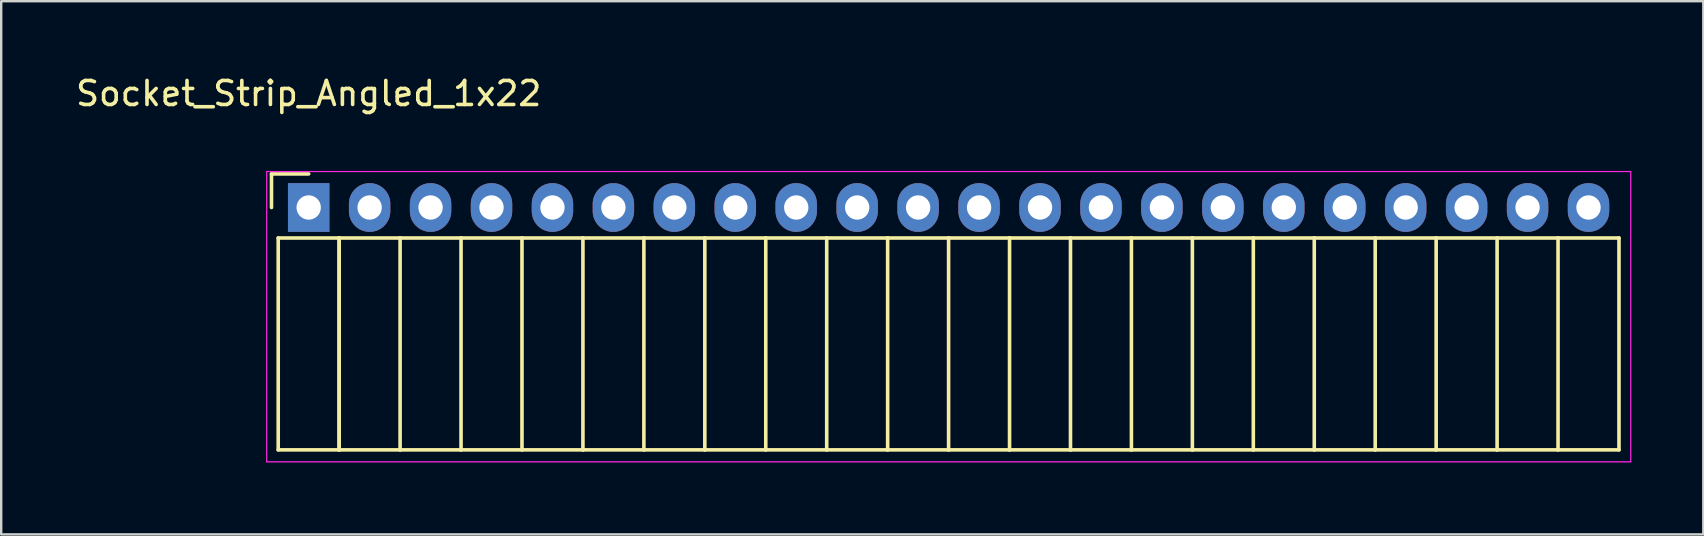
<source format=kicad_pcb>
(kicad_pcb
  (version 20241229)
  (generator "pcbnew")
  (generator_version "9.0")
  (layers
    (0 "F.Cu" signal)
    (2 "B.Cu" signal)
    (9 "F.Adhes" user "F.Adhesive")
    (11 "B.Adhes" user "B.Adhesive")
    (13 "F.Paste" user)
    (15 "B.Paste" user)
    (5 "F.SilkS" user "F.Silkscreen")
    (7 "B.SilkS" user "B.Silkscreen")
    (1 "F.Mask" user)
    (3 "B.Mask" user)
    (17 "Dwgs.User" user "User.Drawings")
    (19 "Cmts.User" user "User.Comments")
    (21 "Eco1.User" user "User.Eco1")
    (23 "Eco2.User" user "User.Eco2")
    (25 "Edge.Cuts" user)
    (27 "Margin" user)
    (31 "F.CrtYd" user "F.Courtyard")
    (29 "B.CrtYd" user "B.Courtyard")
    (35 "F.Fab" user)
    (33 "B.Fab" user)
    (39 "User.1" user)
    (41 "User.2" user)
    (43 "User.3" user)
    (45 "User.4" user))
  (footprint "Socket_Strip_Angled_1x22"
    (layer "F.Cu")
    (at 9.815 5.598)
    (property "Reference" "Socket_Strip_Angled_1x22" (at 0 -4.75 0) (layer "F.SilkS") (effects (font (size 1 1) (thickness 0.15))))
    (attr through_hole)
    (fp_line (start -1.55 -1.4) (end -1.55 0) (stroke (width 0.15) (type solid)) (layer "F.SilkS"))
    (fp_line (start -1.27 1.27) (end -1.27 10.1) (stroke (width 0.15) (type solid)) (layer "F.SilkS"))
    (fp_line (start -1.27 1.27) (end 1.27 1.27) (stroke (width 0.15) (type solid)) (layer "F.SilkS"))
    (fp_line (start -1.27 10.1) (end 1.27 10.1) (stroke (width 0.15) (type solid)) (layer "F.SilkS"))
    (fp_line (start 0 -1.4) (end -1.55 -1.4) (stroke (width 0.15) (type solid)) (layer "F.SilkS"))
    (fp_line (start 1.27 1.27) (end 1.27 10.1) (stroke (width 0.15) (type solid)) (layer "F.SilkS"))
    (fp_line (start 1.27 1.27) (end 3.81 1.27) (stroke (width 0.15) (type solid)) (layer "F.SilkS"))
    (fp_line (start 1.27 10.1) (end 1.27 1.27) (stroke (width 0.15) (type solid)) (layer "F.SilkS"))
    (fp_line (start 1.27 10.1) (end 3.81 10.1) (stroke (width 0.15) (type solid)) (layer "F.SilkS"))
    (fp_line (start 3.81 1.27) (end 6.35 1.27) (stroke (width 0.15) (type solid)) (layer "F.SilkS"))
    (fp_line (start 3.81 10.1) (end 3.81 1.27) (stroke (width 0.15) (type solid)) (layer "F.SilkS"))
    (fp_line (start 3.81 10.1) (end 6.35 10.1) (stroke (width 0.15) (type solid)) (layer "F.SilkS"))
    (fp_line (start 6.35 1.27) (end 8.89 1.27) (stroke (width 0.15) (type solid)) (layer "F.SilkS"))
    (fp_line (start 6.35 10.1) (end 6.35 1.27) (stroke (width 0.15) (type solid)) (layer "F.SilkS"))
    (fp_line (start 6.35 10.1) (end 8.89 10.1) (stroke (width 0.15) (type solid)) (layer "F.SilkS"))
    (fp_line (start 8.89 1.27) (end 11.43 1.27) (stroke (width 0.15) (type solid)) (layer "F.SilkS"))
    (fp_line (start 8.89 10.1) (end 8.89 1.27) (stroke (width 0.15) (type solid)) (layer "F.SilkS"))
    (fp_line (start 8.89 10.1) (end 11.43 10.1) (stroke (width 0.15) (type solid)) (layer "F.SilkS"))
    (fp_line (start 11.43 1.27) (end 13.97 1.27) (stroke (width 0.15) (type solid)) (layer "F.SilkS"))
    (fp_line (start 11.43 10.1) (end 11.43 1.27) (stroke (width 0.15) (type solid)) (layer "F.SilkS"))
    (fp_line (start 11.43 10.1) (end 13.97 10.1) (stroke (width 0.15) (type solid)) (layer "F.SilkS"))
    (fp_line (start 13.97 1.27) (end 16.51 1.27) (stroke (width 0.15) (type solid)) (layer "F.SilkS"))
    (fp_line (start 13.97 10.1) (end 13.97 1.27) (stroke (width 0.15) (type solid)) (layer "F.SilkS"))
    (fp_line (start 13.97 10.1) (end 16.51 10.1) (stroke (width 0.15) (type solid)) (layer "F.SilkS"))
    (fp_line (start 16.51 1.27) (end 19.05 1.27) (stroke (width 0.15) (type solid)) (layer "F.SilkS"))
    (fp_line (start 16.51 10.1) (end 16.51 1.27) (stroke (width 0.15) (type solid)) (layer "F.SilkS"))
    (fp_line (start 16.51 10.1) (end 19.05 10.1) (stroke (width 0.15) (type solid)) (layer "F.SilkS"))
    (fp_line (start 19.05 1.27) (end 21.59 1.27) (stroke (width 0.15) (type solid)) (layer "F.SilkS"))
    (fp_line (start 19.05 10.1) (end 19.05 1.27) (stroke (width 0.15) (type solid)) (layer "F.SilkS"))
    (fp_line (start 19.05 10.1) (end 21.59 10.1) (stroke (width 0.15) (type solid)) (layer "F.SilkS"))
    (fp_line (start 21.59 1.27) (end 24.13 1.27) (stroke (width 0.15) (type solid)) (layer "F.SilkS"))
    (fp_line (start 21.59 10.1) (end 21.59 1.27) (stroke (width 0.15) (type solid)) (layer "F.SilkS"))
    (fp_line (start 21.59 10.1) (end 24.13 10.1) (stroke (width 0.15) (type solid)) (layer "F.SilkS"))
    (fp_line (start 24.13 1.27) (end 26.67 1.27) (stroke (width 0.15) (type solid)) (layer "F.SilkS"))
    (fp_line (start 24.13 10.1) (end 24.13 1.27) (stroke (width 0.15) (type solid)) (layer "F.SilkS"))
    (fp_line (start 24.13 10.1) (end 26.67 10.1) (stroke (width 0.15) (type solid)) (layer "F.SilkS"))
    (fp_line (start 26.67 1.27) (end 29.21 1.27) (stroke (width 0.15) (type solid)) (layer "F.SilkS"))
    (fp_line (start 26.67 10.1) (end 26.67 1.27) (stroke (width 0.15) (type solid)) (layer "F.SilkS"))
    (fp_line (start 26.67 10.1) (end 29.21 10.1) (stroke (width 0.15) (type solid)) (layer "F.SilkS"))
    (fp_line (start 29.21 1.27) (end 31.75 1.27) (stroke (width 0.15) (type solid)) (layer "F.SilkS"))
    (fp_line (start 29.21 10.1) (end 29.21 1.27) (stroke (width 0.15) (type solid)) (layer "F.SilkS"))
    (fp_line (start 29.21 10.1) (end 31.75 10.1) (stroke (width 0.15) (type solid)) (layer "F.SilkS"))
    (fp_line (start 31.75 1.27) (end 34.29 1.27) (stroke (width 0.15) (type solid)) (layer "F.SilkS"))
    (fp_line (start 31.75 10.1) (end 31.75 1.27) (stroke (width 0.15) (type solid)) (layer "F.SilkS"))
    (fp_line (start 31.75 10.1) (end 34.29 10.1) (stroke (width 0.15) (type solid)) (layer "F.SilkS"))
    (fp_line (start 34.29 1.27) (end 36.83 1.27) (stroke (width 0.15) (type solid)) (layer "F.SilkS"))
    (fp_line (start 34.29 10.1) (end 34.29 1.27) (stroke (width 0.15) (type solid)) (layer "F.SilkS"))
    (fp_line (start 34.29 10.1) (end 36.83 10.1) (stroke (width 0.15) (type solid)) (layer "F.SilkS"))
    (fp_line (start 36.83 1.27) (end 39.37 1.27) (stroke (width 0.15) (type solid)) (layer "F.SilkS"))
    (fp_line (start 36.83 10.1) (end 36.83 1.27) (stroke (width 0.15) (type solid)) (layer "F.SilkS"))
    (fp_line (start 36.83 10.1) (end 39.37 10.1) (stroke (width 0.15) (type solid)) (layer "F.SilkS"))
    (fp_line (start 39.37 1.27) (end 41.91 1.27) (stroke (width 0.15) (type solid)) (layer "F.SilkS"))
    (fp_line (start 39.37 10.1) (end 39.37 1.27) (stroke (width 0.15) (type solid)) (layer "F.SilkS"))
    (fp_line (start 39.37 10.1) (end 41.91 10.1) (stroke (width 0.15) (type solid)) (layer "F.SilkS"))
    (fp_line (start 41.91 1.27) (end 44.45 1.27) (stroke (width 0.15) (type solid)) (layer "F.SilkS"))
    (fp_line (start 41.91 10.1) (end 41.91 1.27) (stroke (width 0.15) (type solid)) (layer "F.SilkS"))
    (fp_line (start 41.91 10.1) (end 44.45 10.1) (stroke (width 0.15) (type solid)) (layer "F.SilkS"))
    (fp_line (start 44.45 1.27) (end 46.99 1.27) (stroke (width 0.15) (type solid)) (layer "F.SilkS"))
    (fp_line (start 44.45 10.1) (end 44.45 1.27) (stroke (width 0.15) (type solid)) (layer "F.SilkS"))
    (fp_line (start 44.45 10.1) (end 46.99 10.1) (stroke (width 0.15) (type solid)) (layer "F.SilkS"))
    (fp_line (start 46.99 1.27) (end 49.53 1.27) (stroke (width 0.15) (type solid)) (layer "F.SilkS"))
    (fp_line (start 46.99 10.1) (end 46.99 1.27) (stroke (width 0.15) (type solid)) (layer "F.SilkS"))
    (fp_line (start 46.99 10.1) (end 49.53 10.1) (stroke (width 0.15) (type solid)) (layer "F.SilkS"))
    (fp_line (start 49.53 1.27) (end 52.07 1.27) (stroke (width 0.15) (type solid)) (layer "F.SilkS"))
    (fp_line (start 49.53 10.1) (end 49.53 1.27) (stroke (width 0.15) (type solid)) (layer "F.SilkS"))
    (fp_line (start 49.53 10.1) (end 52.07 10.1) (stroke (width 0.15) (type solid)) (layer "F.SilkS"))
    (fp_line (start 52.07 1.27) (end 54.61 1.27) (stroke (width 0.15) (type solid)) (layer "F.SilkS"))
    (fp_line (start 52.07 10.1) (end 52.07 1.27) (stroke (width 0.15) (type solid)) (layer "F.SilkS"))
    (fp_line (start 52.07 10.1) (end 54.61 10.1) (stroke (width 0.15) (type solid)) (layer "F.SilkS"))
    (fp_line (start 54.61 10.1) (end 54.61 1.27) (stroke (width 0.15) (type solid)) (layer "F.SilkS"))
    (fp_line (start -1.75 -1.5) (end -1.75 10.6) (stroke (width 0.05) (type solid)) (layer "F.CrtYd"))
    (fp_line (start -1.75 -1.5) (end 55.1 -1.5) (stroke (width 0.05) (type solid)) (layer "F.CrtYd"))
    (fp_line (start -1.75 10.6) (end 55.1 10.6) (stroke (width 0.05) (type solid)) (layer "F.CrtYd"))
    (fp_line (start 55.1 -1.5) (end 55.1 10.6) (stroke (width 0.05) (type solid)) (layer "F.CrtYd"))
    (pad "1" thru_hole rect (at 0 0) (size 1.727 2.032) (drill 1.016) (layers "*.Cu" "*.Mask"))
    (pad "2" thru_hole oval (at 2.54 0) (size 1.727 2.032) (drill 1.016) (layers "*.Cu" "*.Mask"))
    (pad "3" thru_hole oval (at 5.08 0) (size 1.727 2.032) (drill 1.016) (layers "*.Cu" "*.Mask"))
    (pad "4" thru_hole oval (at 7.62 0) (size 1.727 2.032) (drill 1.016) (layers "*.Cu" "*.Mask"))
    (pad "5" thru_hole oval (at 10.16 0) (size 1.727 2.032) (drill 1.016) (layers "*.Cu" "*.Mask"))
    (pad "6" thru_hole oval (at 12.7 0) (size 1.727 2.032) (drill 1.016) (layers "*.Cu" "*.Mask"))
    (pad "7" thru_hole oval (at 15.24 0) (size 1.727 2.032) (drill 1.016) (layers "*.Cu" "*.Mask"))
    (pad "8" thru_hole oval (at 17.78 0) (size 1.727 2.032) (drill 1.016) (layers "*.Cu" "*.Mask"))
    (pad "9" thru_hole oval (at 20.32 0) (size 1.727 2.032) (drill 1.016) (layers "*.Cu" "*.Mask"))
    (pad "10" thru_hole oval (at 22.86 0) (size 1.727 2.032) (drill 1.016) (layers "*.Cu" "*.Mask"))
    (pad "11" thru_hole oval (at 25.4 0) (size 1.727 2.032) (drill 1.016) (layers "*.Cu" "*.Mask"))
    (pad "12" thru_hole oval (at 27.94 0) (size 1.727 2.032) (drill 1.016) (layers "*.Cu" "*.Mask"))
    (pad "13" thru_hole oval (at 30.48 0) (size 1.727 2.032) (drill 1.016) (layers "*.Cu" "*.Mask"))
    (pad "14" thru_hole oval (at 33.02 0) (size 1.727 2.032) (drill 1.016) (layers "*.Cu" "*.Mask"))
    (pad "15" thru_hole oval (at 35.56 0) (size 1.727 2.032) (drill 1.016) (layers "*.Cu" "*.Mask"))
    (pad "16" thru_hole oval (at 38.1 0) (size 1.727 2.032) (drill 1.016) (layers "*.Cu" "*.Mask"))
    (pad "17" thru_hole oval (at 40.64 0) (size 1.727 2.032) (drill 1.016) (layers "*.Cu" "*.Mask"))
    (pad "18" thru_hole oval (at 43.18 0) (size 1.727 2.032) (drill 1.016) (layers "*.Cu" "*.Mask"))
    (pad "19" thru_hole oval (at 45.72 0) (size 1.727 2.032) (drill 1.016) (layers "*.Cu" "*.Mask"))
    (pad "20" thru_hole oval (at 48.26 0) (size 1.727 2.032) (drill 1.016) (layers "*.Cu" "*.Mask"))
    (pad "21" thru_hole oval (at 50.8 0) (size 1.727 2.032) (drill 1.016) (layers "*.Cu" "*.Mask"))
    (pad "22" thru_hole oval (at 53.34 0) (size 1.727 2.032) (drill 1.016) (layers "*.Cu" "*.Mask")))
  (gr_rect
    (start -3 -3)
    (end 67.94 19.223)
    (stroke (width 0.1) (type default))
    (fill no)
    (layer "Edge.Cuts")))
</source>
